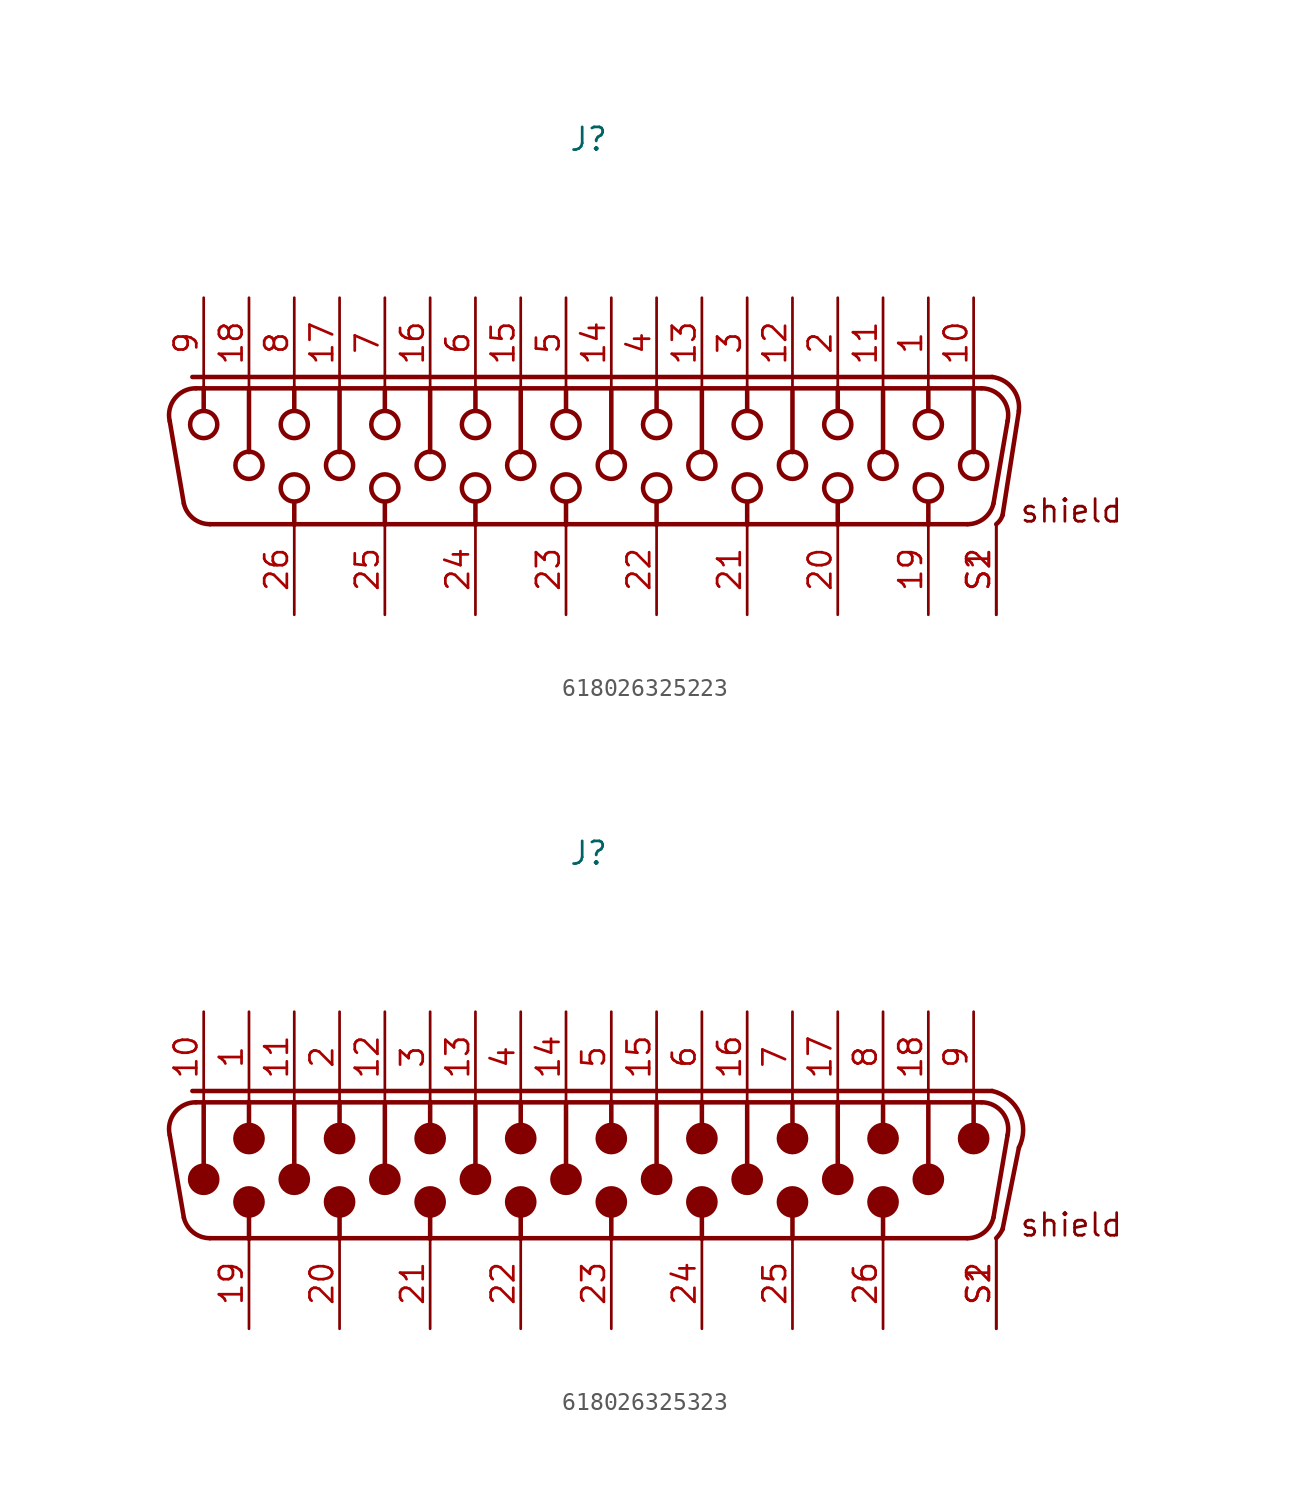
<source format=kicad_sym>
(kicad_symbol_lib
  (version 20241209)
  (generator "kicad_symbol_editor")
  (generator_version "9.0")
  (symbol "618026325223"
    (pin_names
      (hide yes))
    (property "Reference" "J"
      (at 0 17.78 0)
      (effects (font (size 1.27 1.27))))
    (symbol "618026325223_1_0"
      (polyline (pts (xy -22.703 -2.655) (xy -23.494 1.965)) (stroke (width 0.254) (type solid)) (fill (type none)))
      (polyline (pts (xy -22.225 4.445) (xy 22.63 4.445)) (stroke (width 0.254) (type solid)) (fill (type none)))
      (polyline (pts (xy -22.034 3.81) (xy 22.034 3.81)) (stroke (width 0.254) (type solid)) (fill (type none)))
      (arc (start -23.4942 1.965) (mid -23.2107 3.2407) (end -22.0343 3.81) (stroke (width 0.254) (type solid)) (fill (type none)))
      (polyline (pts (xy -21.59 3.85) (xy -21.59 2.57)) (stroke (width 0.254) (type solid)) (fill (type none)))
      (circle (center -21.59 1.778) (radius 0.762) (stroke (width 0.254) (type solid)) (fill (type none)))
      (arc (start -21.243 -3.81) (mid -22.1738 -3.4862) (end -22.7028 -2.6547) (stroke (width 0.254) (type solid)) (fill (type none)))
      (polyline (pts (xy -19.05 3.81) (xy -19.05 0.23)) (stroke (width 0.254) (type solid)) (fill (type none)))
      (circle (center -19.05 -0.508) (radius 0.762) (stroke (width 0.254) (type solid)) (fill (type none)))
      (polyline (pts (xy -16.51 3.85) (xy -16.51 2.57)) (stroke (width 0.254) (type solid)) (fill (type none)))
      (circle (center -16.51 1.778) (radius 0.762) (stroke (width 0.254) (type solid)) (fill (type none)))
      (circle (center -16.51 -1.778) (radius 0.762) (stroke (width 0.254) (type solid)) (fill (type none)))
      (polyline (pts (xy -16.51 -3.85) (xy -16.51 -2.57)) (stroke (width 0.254) (type solid)) (fill (type none)))
      (polyline (pts (xy -13.97 3.81) (xy -13.97 0.23)) (stroke (width 0.254) (type solid)) (fill (type none)))
      (circle (center -13.97 -0.508) (radius 0.762) (stroke (width 0.254) (type solid)) (fill (type none)))
      (polyline (pts (xy -11.43 3.85) (xy -11.43 2.57)) (stroke (width 0.254) (type solid)) (fill (type none)))
      (circle (center -11.43 1.778) (radius 0.762) (stroke (width 0.254) (type solid)) (fill (type none)))
      (circle (center -11.43 -1.778) (radius 0.762) (stroke (width 0.254) (type solid)) (fill (type none)))
      (polyline (pts (xy -11.43 -3.85) (xy -11.43 -2.57)) (stroke (width 0.254) (type solid)) (fill (type none)))
      (polyline (pts (xy -8.89 3.81) (xy -8.89 0.23)) (stroke (width 0.254) (type solid)) (fill (type none)))
      (circle (center -8.89 -0.508) (radius 0.762) (stroke (width 0.254) (type solid)) (fill (type none)))
      (polyline (pts (xy -6.35 3.85) (xy -6.35 2.57)) (stroke (width 0.254) (type solid)) (fill (type none)))
      (circle (center -6.35 1.778) (radius 0.762) (stroke (width 0.254) (type solid)) (fill (type none)))
      (circle (center -6.35 -1.778) (radius 0.762) (stroke (width 0.254) (type solid)) (fill (type none)))
      (polyline (pts (xy -6.35 -3.85) (xy -6.35 -2.57)) (stroke (width 0.254) (type solid)) (fill (type none)))
      (polyline (pts (xy -3.81 3.81) (xy -3.81 0.23)) (stroke (width 0.254) (type solid)) (fill (type none)))
      (circle (center -3.81 -0.508) (radius 0.762) (stroke (width 0.254) (type solid)) (fill (type none)))
      (polyline (pts (xy -1.27 3.85) (xy -1.27 2.57)) (stroke (width 0.254) (type solid)) (fill (type none)))
      (circle (center -1.27 1.778) (radius 0.762) (stroke (width 0.254) (type solid)) (fill (type none)))
      (circle (center -1.27 -1.778) (radius 0.762) (stroke (width 0.254) (type solid)) (fill (type none)))
      (polyline (pts (xy -1.27 -3.85) (xy -1.27 -2.57)) (stroke (width 0.254) (type solid)) (fill (type none)))
      (polyline (pts (xy 1.27 3.81) (xy 1.27 0.23)) (stroke (width 0.254) (type solid)) (fill (type none)))
      (circle (center 1.27 -0.508) (radius 0.762) (stroke (width 0.254) (type solid)) (fill (type none)))
      (polyline (pts (xy 3.81 3.85) (xy 3.81 2.57)) (stroke (width 0.254) (type solid)) (fill (type none)))
      (circle (center 3.81 1.778) (radius 0.762) (stroke (width 0.254) (type solid)) (fill (type none)))
      (circle (center 3.81 -1.778) (radius 0.762) (stroke (width 0.254) (type solid)) (fill (type none)))
      (polyline (pts (xy 3.81 -3.85) (xy 3.81 -2.57)) (stroke (width 0.254) (type solid)) (fill (type none)))
      (polyline (pts (xy 6.35 3.81) (xy 6.35 0.23)) (stroke (width 0.254) (type solid)) (fill (type none)))
      (circle (center 6.35 -0.508) (radius 0.762) (stroke (width 0.254) (type solid)) (fill (type none)))
      (polyline (pts (xy 8.89 3.85) (xy 8.89 2.57)) (stroke (width 0.254) (type solid)) (fill (type none)))
      (circle (center 8.89 1.778) (radius 0.762) (stroke (width 0.254) (type solid)) (fill (type none)))
      (circle (center 8.89 -1.778) (radius 0.762) (stroke (width 0.254) (type solid)) (fill (type none)))
      (polyline (pts (xy 8.89 -3.85) (xy 8.89 -2.57)) (stroke (width 0.254) (type solid)) (fill (type none)))
      (polyline (pts (xy 11.43 3.81) (xy 11.43 0.23)) (stroke (width 0.254) (type solid)) (fill (type none)))
      (circle (center 11.43 -0.508) (radius 0.762) (stroke (width 0.254) (type solid)) (fill (type none)))
      (polyline (pts (xy 13.97 3.85) (xy 13.97 2.57)) (stroke (width 0.254) (type solid)) (fill (type none)))
      (circle (center 13.97 1.778) (radius 0.762) (stroke (width 0.254) (type solid)) (fill (type none)))
      (circle (center 13.97 -1.778) (radius 0.762) (stroke (width 0.254) (type solid)) (fill (type none)))
      (polyline (pts (xy 13.97 -3.85) (xy 13.97 -2.57)) (stroke (width 0.254) (type solid)) (fill (type none)))
      (polyline (pts (xy 16.51 3.81) (xy 16.51 0.23)) (stroke (width 0.254) (type solid)) (fill (type none)))
      (circle (center 16.51 -0.508) (radius 0.762) (stroke (width 0.254) (type solid)) (fill (type none)))
      (polyline (pts (xy 19.05 3.85) (xy 19.05 2.57)) (stroke (width 0.254) (type solid)) (fill (type none)))
      (circle (center 19.05 1.778) (radius 0.762) (stroke (width 0.254) (type solid)) (fill (type none)))
      (circle (center 19.05 -1.778) (radius 0.762) (stroke (width 0.254) (type solid)) (fill (type none)))
      (polyline (pts (xy 19.05 -3.85) (xy 19.05 -2.57)) (stroke (width 0.254) (type solid)) (fill (type none)))
      (arc (start 22.7028 -2.6548) (mid 22.1737 -3.4863) (end 21.2429 -3.81) (stroke (width 0.254) (type solid)) (fill (type none)))
      (polyline (pts (xy 21.243 -3.81) (xy -21.243 -3.81)) (stroke (width 0.254) (type solid)) (fill (type none)))
      (polyline (pts (xy 21.59 3.81) (xy 21.59 0.23)) (stroke (width 0.254) (type solid)) (fill (type none)))
      (circle (center 21.59 -0.508) (radius 0.762) (stroke (width 0.254) (type solid)) (fill (type none)))
      (arc (start 22.0343 3.81) (mid 23.2107 3.2407) (end 23.4942 1.965) (stroke (width 0.254) (type solid)) (fill (type none)))
      (arc (start 23.2139 -3.3037) (mid 23.0748 -3.5833) (end 22.86 -3.81) (stroke (width 0.254) (type solid)) (fill (type none)))
      (arc (start 22.63 4.445) (mid 23.7764 3.8046) (end 24.13 2.54) (stroke (width 0.254) (type solid)) (fill (type none)))
      (polyline (pts (xy 23.214 -3.304) (xy 24.13 2.54)) (stroke (width 0.254) (type solid)) (fill (type none)))
      (polyline (pts (xy 23.494 1.965) (xy 22.703 -2.655)) (stroke (width 0.254) (type solid)) (fill (type none)))
      (pin passive line (at -21.59 8.89 270) (length 5.08) (name "9" (effects (font (size 1.27 1.27)))) (number "9" (effects (font (size 1.27 1.27)))))
      (pin passive line (at -19.05 8.89 270) (length 5.08) (name "18" (effects (font (size 1.27 1.27)))) (number "18" (effects (font (size 1.27 1.27)))))
      (pin passive line (at -16.51 8.89 270) (length 5.08) (name "8" (effects (font (size 1.27 1.27)))) (number "8" (effects (font (size 1.27 1.27)))))
      (pin passive line (at -16.51 -8.89 90) (length 5.08) (name "26" (effects (font (size 1.27 1.27)))) (number "26" (effects (font (size 1.27 1.27)))))
      (pin passive line (at -13.97 8.89 270) (length 5.08) (name "17" (effects (font (size 1.27 1.27)))) (number "17" (effects (font (size 1.27 1.27)))))
      (pin passive line (at -11.43 8.89 270) (length 5.08) (name "7" (effects (font (size 1.27 1.27)))) (number "7" (effects (font (size 1.27 1.27)))))
      (pin passive line (at -11.43 -8.89 90) (length 5.08) (name "25" (effects (font (size 1.27 1.27)))) (number "25" (effects (font (size 1.27 1.27)))))
      (pin passive line (at -8.89 8.89 270) (length 5.08) (name "16" (effects (font (size 1.27 1.27)))) (number "16" (effects (font (size 1.27 1.27)))))
      (pin passive line (at -6.35 8.89 270) (length 5.08) (name "6" (effects (font (size 1.27 1.27)))) (number "6" (effects (font (size 1.27 1.27)))))
      (pin passive line (at -6.35 -8.89 90) (length 5.08) (name "24" (effects (font (size 1.27 1.27)))) (number "24" (effects (font (size 1.27 1.27)))))
      (pin passive line (at -3.81 8.89 270) (length 5.08) (name "15" (effects (font (size 1.27 1.27)))) (number "15" (effects (font (size 1.27 1.27)))))
      (pin passive line (at -1.27 8.89 270) (length 5.08) (name "5" (effects (font (size 1.27 1.27)))) (number "5" (effects (font (size 1.27 1.27)))))
      (pin passive line (at -1.27 -8.89 90) (length 5.08) (name "23" (effects (font (size 1.27 1.27)))) (number "23" (effects (font (size 1.27 1.27)))))
      (pin passive line (at 1.27 8.89 270) (length 5.08) (name "14" (effects (font (size 1.27 1.27)))) (number "14" (effects (font (size 1.27 1.27)))))
      (pin passive line (at 3.81 8.89 270) (length 5.08) (name "4" (effects (font (size 1.27 1.27)))) (number "4" (effects (font (size 1.27 1.27)))))
      (pin passive line (at 3.81 -8.89 90) (length 5.08) (name "22" (effects (font (size 1.27 1.27)))) (number "22" (effects (font (size 1.27 1.27)))))
      (pin passive line (at 6.35 8.89 270) (length 5.08) (name "13" (effects (font (size 1.27 1.27)))) (number "13" (effects (font (size 1.27 1.27)))))
      (pin passive line (at 8.89 8.89 270) (length 5.08) (name "3" (effects (font (size 1.27 1.27)))) (number "3" (effects (font (size 1.27 1.27)))))
      (pin passive line (at 8.89 -8.89 90) (length 5.08) (name "21" (effects (font (size 1.27 1.27)))) (number "21" (effects (font (size 1.27 1.27)))))
      (pin passive line (at 11.43 8.89 270) (length 5.08) (name "12" (effects (font (size 1.27 1.27)))) (number "12" (effects (font (size 1.27 1.27)))))
      (pin passive line (at 13.97 8.89 270) (length 5.08) (name "2" (effects (font (size 1.27 1.27)))) (number "2" (effects (font (size 1.27 1.27)))))
      (pin passive line (at 13.97 -8.89 90) (length 5.08) (name "20" (effects (font (size 1.27 1.27)))) (number "20" (effects (font (size 1.27 1.27)))))
      (pin passive line (at 16.51 8.89 270) (length 5.08) (name "11" (effects (font (size 1.27 1.27)))) (number "11" (effects (font (size 1.27 1.27)))))
      (pin passive line (at 19.05 8.89 270) (length 5.08) (name "1" (effects (font (size 1.27 1.27)))) (number "1" (effects (font (size 1.27 1.27)))))
      (pin passive line (at 19.05 -8.89 90) (length 5.08) (name "19" (effects (font (size 1.27 1.27)))) (number "19" (effects (font (size 1.27 1.27)))))
      (pin passive line (at 21.59 8.89 270) (length 5.08) (name "10" (effects (font (size 1.27 1.27)))) (number "10" (effects (font (size 1.27 1.27)))))
      (pin passive line (at 22.86 -8.89 90) (length 5.08) (name "SHIELD" (effects (font (size 1.27 1.27)))) (number "S1" (effects (font (size 1.27 1.27)))))
      (pin passive line (at 22.86 -8.89 90) (length 5.08) (name "SHIELD" (effects (font (size 1.27 1.27)))) (number "S2" (effects (font (size 1.27 1.27))))))
    (symbol "618026325223_1_1"
      (text "shield" (at 24.13 -3.81 0) (effects (font (size 1.27 1.27)) (justify left bottom)))))
  (symbol "618026325323"
    (pin_names
      (hide yes))
    (property "Reference" "J"
      (at 0 17.78 0)
      (effects (font (size 1.27 1.27))))
    (symbol "618026325323_1_0"
      (polyline (pts (xy -22.703 -2.655) (xy -23.494 1.965)) (stroke (width 0.254) (type solid)) (fill (type none)))
      (polyline (pts (xy -22.225 4.445) (xy 22.63 4.445)) (stroke (width 0.254) (type solid)) (fill (type none)))
      (polyline (pts (xy -22.034 3.81) (xy 22.034 3.81)) (stroke (width 0.254) (type solid)) (fill (type none)))
      (arc (start -23.4942 1.965) (mid -23.2107 3.2407) (end -22.0343 3.81) (stroke (width 0.254) (type solid)) (fill (type none)))
      (polyline (pts (xy -21.59 3.81) (xy -21.59 -0.87)) (stroke (width 0.254) (type solid)) (fill (type none)))
      (circle (center -21.59 -0.508) (radius 0.762) (stroke (width 0.254) (type solid)) (fill (type outline)))
      (arc (start -21.243 -3.81) (mid -22.1738 -3.4862) (end -22.7028 -2.6547) (stroke (width 0.254) (type solid)) (fill (type none)))
      (polyline (pts (xy -19.05 3.85) (xy -19.05 1.67)) (stroke (width 0.254) (type solid)) (fill (type none)))
      (circle (center -19.05 1.778) (radius 0.762) (stroke (width 0.254) (type solid)) (fill (type outline)))
      (circle (center -19.05 -1.778) (radius 0.762) (stroke (width 0.254) (type solid)) (fill (type outline)))
      (polyline (pts (xy -19.05 -3.85) (xy -19.05 -1.67)) (stroke (width 0.254) (type solid)) (fill (type none)))
      (polyline (pts (xy -16.51 3.81) (xy -16.51 -0.87)) (stroke (width 0.254) (type solid)) (fill (type none)))
      (circle (center -16.51 -0.508) (radius 0.762) (stroke (width 0.254) (type solid)) (fill (type outline)))
      (polyline (pts (xy -13.97 3.85) (xy -13.97 1.67)) (stroke (width 0.254) (type solid)) (fill (type none)))
      (circle (center -13.97 1.778) (radius 0.762) (stroke (width 0.254) (type solid)) (fill (type outline)))
      (circle (center -13.97 -1.778) (radius 0.762) (stroke (width 0.254) (type solid)) (fill (type outline)))
      (polyline (pts (xy -13.97 -3.85) (xy -13.97 -1.67)) (stroke (width 0.254) (type solid)) (fill (type none)))
      (polyline (pts (xy -11.43 3.81) (xy -11.43 -0.87)) (stroke (width 0.254) (type solid)) (fill (type none)))
      (circle (center -11.43 -0.508) (radius 0.762) (stroke (width 0.254) (type solid)) (fill (type outline)))
      (polyline (pts (xy -8.89 3.85) (xy -8.89 1.67)) (stroke (width 0.254) (type solid)) (fill (type none)))
      (circle (center -8.89 1.778) (radius 0.762) (stroke (width 0.254) (type solid)) (fill (type outline)))
      (circle (center -8.89 -1.778) (radius 0.762) (stroke (width 0.254) (type solid)) (fill (type outline)))
      (polyline (pts (xy -8.89 -3.85) (xy -8.89 -1.67)) (stroke (width 0.254) (type solid)) (fill (type none)))
      (polyline (pts (xy -6.35 3.81) (xy -6.35 -0.87)) (stroke (width 0.254) (type solid)) (fill (type none)))
      (circle (center -6.35 -0.508) (radius 0.762) (stroke (width 0.254) (type solid)) (fill (type outline)))
      (polyline (pts (xy -3.81 3.85) (xy -3.81 1.67)) (stroke (width 0.254) (type solid)) (fill (type none)))
      (circle (center -3.81 1.778) (radius 0.762) (stroke (width 0.254) (type solid)) (fill (type outline)))
      (circle (center -3.81 -1.778) (radius 0.762) (stroke (width 0.254) (type solid)) (fill (type outline)))
      (polyline (pts (xy -3.81 -3.85) (xy -3.81 -1.67)) (stroke (width 0.254) (type solid)) (fill (type none)))
      (polyline (pts (xy -1.27 3.81) (xy -1.27 -0.87)) (stroke (width 0.254) (type solid)) (fill (type none)))
      (circle (center -1.27 -0.508) (radius 0.762) (stroke (width 0.254) (type solid)) (fill (type outline)))
      (polyline (pts (xy 1.27 3.85) (xy 1.27 1.67)) (stroke (width 0.254) (type solid)) (fill (type none)))
      (circle (center 1.27 1.778) (radius 0.762) (stroke (width 0.254) (type solid)) (fill (type outline)))
      (circle (center 1.27 -1.778) (radius 0.762) (stroke (width 0.254) (type solid)) (fill (type outline)))
      (polyline (pts (xy 1.27 -3.85) (xy 1.27 -1.67)) (stroke (width 0.254) (type solid)) (fill (type none)))
      (polyline (pts (xy 3.81 3.81) (xy 3.81 -0.87)) (stroke (width 0.254) (type solid)) (fill (type none)))
      (circle (center 3.81 -0.508) (radius 0.762) (stroke (width 0.254) (type solid)) (fill (type outline)))
      (polyline (pts (xy 6.35 3.85) (xy 6.35 1.67)) (stroke (width 0.254) (type solid)) (fill (type none)))
      (circle (center 6.35 1.778) (radius 0.762) (stroke (width 0.254) (type solid)) (fill (type outline)))
      (circle (center 6.35 -1.778) (radius 0.762) (stroke (width 0.254) (type solid)) (fill (type outline)))
      (polyline (pts (xy 6.35 -3.85) (xy 6.35 -1.67)) (stroke (width 0.254) (type solid)) (fill (type none)))
      (polyline (pts (xy 8.89 3.81) (xy 8.89 -0.87)) (stroke (width 0.254) (type solid)) (fill (type none)))
      (circle (center 8.89 -0.508) (radius 0.762) (stroke (width 0.254) (type solid)) (fill (type outline)))
      (polyline (pts (xy 11.43 3.85) (xy 11.43 1.67)) (stroke (width 0.254) (type solid)) (fill (type none)))
      (circle (center 11.43 1.778) (radius 0.762) (stroke (width 0.254) (type solid)) (fill (type outline)))
      (circle (center 11.43 -1.778) (radius 0.762) (stroke (width 0.254) (type solid)) (fill (type outline)))
      (polyline (pts (xy 11.43 -3.85) (xy 11.43 -1.67)) (stroke (width 0.254) (type solid)) (fill (type none)))
      (polyline (pts (xy 13.97 3.81) (xy 13.97 -0.87)) (stroke (width 0.254) (type solid)) (fill (type none)))
      (circle (center 13.97 -0.508) (radius 0.762) (stroke (width 0.254) (type solid)) (fill (type outline)))
      (polyline (pts (xy 16.51 3.85) (xy 16.51 1.67)) (stroke (width 0.254) (type solid)) (fill (type none)))
      (circle (center 16.51 1.778) (radius 0.762) (stroke (width 0.254) (type solid)) (fill (type outline)))
      (circle (center 16.51 -1.778) (radius 0.762) (stroke (width 0.254) (type solid)) (fill (type outline)))
      (polyline (pts (xy 16.51 -3.85) (xy 16.51 -1.67)) (stroke (width 0.254) (type solid)) (fill (type none)))
      (polyline (pts (xy 19.05 3.81) (xy 19.05 -0.87)) (stroke (width 0.254) (type solid)) (fill (type none)))
      (circle (center 19.05 -0.508) (radius 0.762) (stroke (width 0.254) (type solid)) (fill (type outline)))
      (arc (start 22.7028 -2.6548) (mid 22.1737 -3.4863) (end 21.2429 -3.81) (stroke (width 0.254) (type solid)) (fill (type none)))
      (polyline (pts (xy 21.243 -3.81) (xy -21.243 -3.81)) (stroke (width 0.254) (type solid)) (fill (type none)))
      (polyline (pts (xy 21.59 3.85) (xy 21.59 1.67)) (stroke (width 0.254) (type solid)) (fill (type none)))
      (circle (center 21.59 1.778) (radius 0.762) (stroke (width 0.254) (type solid)) (fill (type outline)))
      (arc (start 23.2139 -3.3037) (mid 23.0589 -3.5722) (end 22.86 -3.81) (stroke (width 0.254) (type solid)) (fill (type none)))
      (arc (start 22.0343 3.81) (mid 23.2107 3.2407) (end 23.4942 1.965) (stroke (width 0.254) (type solid)) (fill (type none)))
      (arc (start 22.63 4.445) (mid 24.1551 3.2237) (end 24.13 1.27) (stroke (width 0.254) (type solid)) (fill (type none)))
      (polyline (pts (xy 23.214 -3.304) (xy 24.13 1.27)) (stroke (width 0.254) (type solid)) (fill (type none)))
      (polyline (pts (xy 23.494 1.965) (xy 22.703 -2.655)) (stroke (width 0.254) (type solid)) (fill (type none)))
      (pin passive line (at -21.59 8.89 270) (length 5.08) (name "10" (effects (font (size 1.27 1.27)))) (number "10" (effects (font (size 1.27 1.27)))))
      (pin passive line (at -19.05 8.89 270) (length 5.08) (name "1" (effects (font (size 1.27 1.27)))) (number "1" (effects (font (size 1.27 1.27)))))
      (pin passive line (at -19.05 -8.89 90) (length 5.08) (name "19" (effects (font (size 1.27 1.27)))) (number "19" (effects (font (size 1.27 1.27)))))
      (pin passive line (at -16.51 8.89 270) (length 5.08) (name "11" (effects (font (size 1.27 1.27)))) (number "11" (effects (font (size 1.27 1.27)))))
      (pin passive line (at -13.97 8.89 270) (length 5.08) (name "2" (effects (font (size 1.27 1.27)))) (number "2" (effects (font (size 1.27 1.27)))))
      (pin passive line (at -13.97 -8.89 90) (length 5.08) (name "20" (effects (font (size 1.27 1.27)))) (number "20" (effects (font (size 1.27 1.27)))))
      (pin passive line (at -11.43 8.89 270) (length 5.08) (name "12" (effects (font (size 1.27 1.27)))) (number "12" (effects (font (size 1.27 1.27)))))
      (pin passive line (at -8.89 8.89 270) (length 5.08) (name "3" (effects (font (size 1.27 1.27)))) (number "3" (effects (font (size 1.27 1.27)))))
      (pin passive line (at -8.89 -8.89 90) (length 5.08) (name "21" (effects (font (size 1.27 1.27)))) (number "21" (effects (font (size 1.27 1.27)))))
      (pin passive line (at -6.35 8.89 270) (length 5.08) (name "13" (effects (font (size 1.27 1.27)))) (number "13" (effects (font (size 1.27 1.27)))))
      (pin passive line (at -3.81 8.89 270) (length 5.08) (name "4" (effects (font (size 1.27 1.27)))) (number "4" (effects (font (size 1.27 1.27)))))
      (pin passive line (at -3.81 -8.89 90) (length 5.08) (name "22" (effects (font (size 1.27 1.27)))) (number "22" (effects (font (size 1.27 1.27)))))
      (pin passive line (at -1.27 8.89 270) (length 5.08) (name "14" (effects (font (size 1.27 1.27)))) (number "14" (effects (font (size 1.27 1.27)))))
      (pin passive line (at 1.27 8.89 270) (length 5.08) (name "5" (effects (font (size 1.27 1.27)))) (number "5" (effects (font (size 1.27 1.27)))))
      (pin passive line (at 1.27 -8.89 90) (length 5.08) (name "23" (effects (font (size 1.27 1.27)))) (number "23" (effects (font (size 1.27 1.27)))))
      (pin passive line (at 3.81 8.89 270) (length 5.08) (name "15" (effects (font (size 1.27 1.27)))) (number "15" (effects (font (size 1.27 1.27)))))
      (pin passive line (at 6.35 8.89 270) (length 5.08) (name "6" (effects (font (size 1.27 1.27)))) (number "6" (effects (font (size 1.27 1.27)))))
      (pin passive line (at 6.35 -8.89 90) (length 5.08) (name "24" (effects (font (size 1.27 1.27)))) (number "24" (effects (font (size 1.27 1.27)))))
      (pin passive line (at 8.89 8.89 270) (length 5.08) (name "16" (effects (font (size 1.27 1.27)))) (number "16" (effects (font (size 1.27 1.27)))))
      (pin passive line (at 11.43 8.89 270) (length 5.08) (name "7" (effects (font (size 1.27 1.27)))) (number "7" (effects (font (size 1.27 1.27)))))
      (pin passive line (at 11.43 -8.89 90) (length 5.08) (name "25" (effects (font (size 1.27 1.27)))) (number "25" (effects (font (size 1.27 1.27)))))
      (pin passive line (at 13.97 8.89 270) (length 5.08) (name "17" (effects (font (size 1.27 1.27)))) (number "17" (effects (font (size 1.27 1.27)))))
      (pin passive line (at 16.51 8.89 270) (length 5.08) (name "8" (effects (font (size 1.27 1.27)))) (number "8" (effects (font (size 1.27 1.27)))))
      (pin passive line (at 16.51 -8.89 90) (length 5.08) (name "26" (effects (font (size 1.27 1.27)))) (number "26" (effects (font (size 1.27 1.27)))))
      (pin passive line (at 19.05 8.89 270) (length 5.08) (name "18" (effects (font (size 1.27 1.27)))) (number "18" (effects (font (size 1.27 1.27)))))
      (pin passive line (at 21.59 8.89 270) (length 5.08) (name "9" (effects (font (size 1.27 1.27)))) (number "9" (effects (font (size 1.27 1.27)))))
      (pin passive line (at 22.86 -8.89 90) (length 5.08) (name "SHIELD" (effects (font (size 1.27 1.27)))) (number "S1" (effects (font (size 1.27 1.27)))))
      (pin passive line (at 22.86 -8.89 90) (length 5.08) (name "SHIELD" (effects (font (size 1.27 1.27)))) (number "S2" (effects (font (size 1.27 1.27))))))
    (symbol "618026325323_1_1"
      (text "shield" (at 24.13 -3.81 0) (effects (font (size 1.27 1.27)) (justify left bottom))))))
</source>
